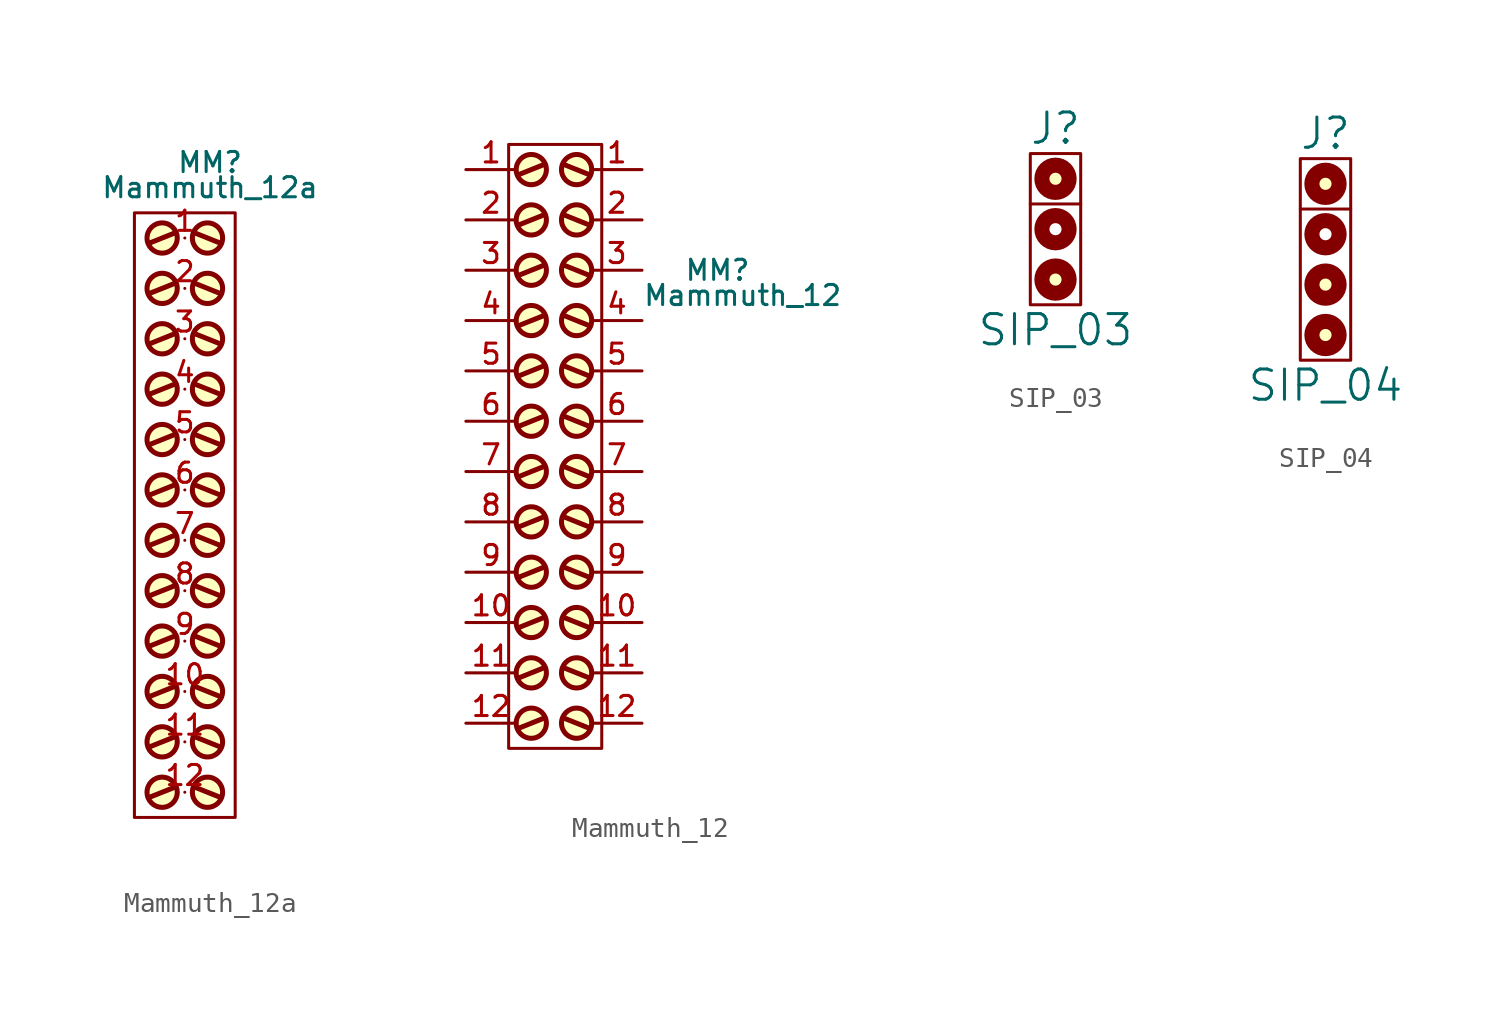
<source format=kicad_sym>
(kicad_symbol_lib
  (version 20211014)
  (generator kicad_symbol_editor)
  (symbol "Mammuth_12a"
    (pin_names
      (offset 0.762) hide)
    (property "Reference" "MM"
      (at 1.27 17.78 0)
      (effects (font (size 1.016 1.016))))
    (property "Value" "Mammuth_12a"
      (at 1.27 16.51 0)
      (effects (font (size 1.016 1.016))))
    (property "Footprint" ""
      (at 0.635 10.16 0)
      (effects (font (size 1.524 1.524))))
    (property "Datasheet" ""
      (at 0.635 10.16 0)
      (effects (font (size 1.524 1.524))))
    (symbol "Mammuth_12a_0_1"
      (circle (center -1.143 -13.97) (radius 0.762) (stroke (width 0.254) (type default) (color 0 0 0 0)) (fill (type background)))
      (circle (center -1.143 -11.43) (radius 0.762) (stroke (width 0.254) (type default) (color 0 0 0 0)) (fill (type background)))
      (circle (center -1.143 -8.89) (radius 0.762) (stroke (width 0.254) (type default) (color 0 0 0 0)) (fill (type background)))
      (circle (center -1.143 -6.35) (radius 0.762) (stroke (width 0.254) (type default) (color 0 0 0 0)) (fill (type background)))
      (circle (center -1.143 -3.81) (radius 0.762) (stroke (width 0.254) (type default) (color 0 0 0 0)) (fill (type background)))
      (circle (center -1.143 -1.27) (radius 0.762) (stroke (width 0.254) (type default) (color 0 0 0 0)) (fill (type background)))
      (circle (center -1.143 1.27) (radius 0.762) (stroke (width 0.254) (type default) (color 0 0 0 0)) (fill (type background)))
      (circle (center -1.143 3.81) (radius 0.762) (stroke (width 0.254) (type default) (color 0 0 0 0)) (fill (type background)))
      (circle (center -1.143 6.35) (radius 0.762) (stroke (width 0.254) (type default) (color 0 0 0 0)) (fill (type background)))
      (circle (center -1.143 8.89) (radius 0.762) (stroke (width 0.254) (type default) (color 0 0 0 0)) (fill (type background)))
      (circle (center -1.143 11.43) (radius 0.762) (stroke (width 0.254) (type default) (color 0 0 0 0)) (fill (type background)))
      (circle (center -1.143 13.97) (radius 0.762) (stroke (width 0.254) (type default) (color 0 0 0 0)) (fill (type background)))
      (polyline (pts (xy -0.508 -13.716) (xy -1.778 -14.224)) (stroke (width 0.254) (type default) (color 0 0 0 0)) (fill (type none)))
      (polyline (pts (xy -0.508 -11.176) (xy -1.778 -11.684)) (stroke (width 0.254) (type default) (color 0 0 0 0)) (fill (type none)))
      (polyline (pts (xy -0.508 -8.636) (xy -1.778 -9.144)) (stroke (width 0.254) (type default) (color 0 0 0 0)) (fill (type none)))
      (polyline (pts (xy -0.508 -6.096) (xy -1.778 -6.604)) (stroke (width 0.254) (type default) (color 0 0 0 0)) (fill (type none)))
      (polyline (pts (xy -0.508 -3.556) (xy -1.778 -4.064)) (stroke (width 0.254) (type default) (color 0 0 0 0)) (fill (type none)))
      (polyline (pts (xy -0.508 -1.016) (xy -1.778 -1.524)) (stroke (width 0.254) (type default) (color 0 0 0 0)) (fill (type none)))
      (polyline (pts (xy -0.508 1.524) (xy -1.778 1.016)) (stroke (width 0.254) (type default) (color 0 0 0 0)) (fill (type none)))
      (polyline (pts (xy -0.508 4.064) (xy -1.778 3.556)) (stroke (width 0.254) (type default) (color 0 0 0 0)) (fill (type none)))
      (polyline (pts (xy -0.508 6.604) (xy -1.778 6.096)) (stroke (width 0.254) (type default) (color 0 0 0 0)) (fill (type none)))
      (polyline (pts (xy -0.508 9.144) (xy -1.778 8.636)) (stroke (width 0.254) (type default) (color 0 0 0 0)) (fill (type none)))
      (polyline (pts (xy -0.508 11.684) (xy -1.778 11.176)) (stroke (width 0.254) (type default) (color 0 0 0 0)) (fill (type none)))
      (polyline (pts (xy -0.508 14.224) (xy -1.778 13.716)) (stroke (width 0.254) (type default) (color 0 0 0 0)) (fill (type none)))
      (polyline (pts (xy 0.508 -13.716) (xy 1.778 -14.224)) (stroke (width 0.254) (type default) (color 0 0 0 0)) (fill (type none)))
      (polyline (pts (xy 0.508 -11.176) (xy 1.778 -11.684)) (stroke (width 0.254) (type default) (color 0 0 0 0)) (fill (type none)))
      (polyline (pts (xy 0.508 -8.636) (xy 1.778 -9.144)) (stroke (width 0.254) (type default) (color 0 0 0 0)) (fill (type none)))
      (polyline (pts (xy 0.508 -6.096) (xy 1.778 -6.604)) (stroke (width 0.254) (type default) (color 0 0 0 0)) (fill (type none)))
      (polyline (pts (xy 0.508 -3.556) (xy 1.778 -4.064)) (stroke (width 0.254) (type default) (color 0 0 0 0)) (fill (type none)))
      (polyline (pts (xy 0.508 -1.016) (xy 1.778 -1.524)) (stroke (width 0.254) (type default) (color 0 0 0 0)) (fill (type none)))
      (polyline (pts (xy 0.508 1.524) (xy 1.778 1.016)) (stroke (width 0.254) (type default) (color 0 0 0 0)) (fill (type none)))
      (polyline (pts (xy 0.508 4.064) (xy 1.778 3.556)) (stroke (width 0.254) (type default) (color 0 0 0 0)) (fill (type none)))
      (polyline (pts (xy 0.508 6.604) (xy 1.778 6.096)) (stroke (width 0.254) (type default) (color 0 0 0 0)) (fill (type none)))
      (polyline (pts (xy 0.508 9.144) (xy 1.778 8.636)) (stroke (width 0.254) (type default) (color 0 0 0 0)) (fill (type none)))
      (polyline (pts (xy 0.508 11.684) (xy 1.778 11.176)) (stroke (width 0.254) (type default) (color 0 0 0 0)) (fill (type none)))
      (polyline (pts (xy 0.508 14.224) (xy 1.778 13.716)) (stroke (width 0.254) (type default) (color 0 0 0 0)) (fill (type none)))
      (polyline (pts (xy -2.54 15.24) (xy 2.54 15.24) (xy 2.54 -15.24) (xy -2.54 -15.24) (xy -2.54 15.24)) (stroke (width 0) (type default) (color 0 0 0 0)) (fill (type none)))
      (circle (center 1.143 -13.97) (radius 0.762) (stroke (width 0.254) (type default) (color 0 0 0 0)) (fill (type background)))
      (circle (center 1.143 -11.43) (radius 0.762) (stroke (width 0.254) (type default) (color 0 0 0 0)) (fill (type background)))
      (circle (center 1.143 -8.89) (radius 0.762) (stroke (width 0.254) (type default) (color 0 0 0 0)) (fill (type background)))
      (circle (center 1.143 -6.35) (radius 0.762) (stroke (width 0.254) (type default) (color 0 0 0 0)) (fill (type background)))
      (circle (center 1.143 -3.81) (radius 0.762) (stroke (width 0.254) (type default) (color 0 0 0 0)) (fill (type background)))
      (circle (center 1.143 -1.27) (radius 0.762) (stroke (width 0.254) (type default) (color 0 0 0 0)) (fill (type background)))
      (circle (center 1.143 1.27) (radius 0.762) (stroke (width 0.254) (type default) (color 0 0 0 0)) (fill (type background)))
      (circle (center 1.143 3.81) (radius 0.762) (stroke (width 0.254) (type default) (color 0 0 0 0)) (fill (type background)))
      (circle (center 1.143 6.35) (radius 0.762) (stroke (width 0.254) (type default) (color 0 0 0 0)) (fill (type background)))
      (circle (center 1.143 8.89) (radius 0.762) (stroke (width 0.254) (type default) (color 0 0 0 0)) (fill (type background)))
      (circle (center 1.143 11.43) (radius 0.762) (stroke (width 0.254) (type default) (color 0 0 0 0)) (fill (type background)))
      (circle (center 1.143 13.97) (radius 0.762) (stroke (width 0.254) (type default) (color 0 0 0 0)) (fill (type background))))
    (symbol "Mammuth_12a_1_1"
      (pin passive line (at 0 13.97 0) (length 0) (name "1" (effects (font (size 1.016 1.016)))) (number "1" (effects (font (size 1.016 1.016)))))
      (pin passive line (at 0 -8.89 0) (length 0) (name "10" (effects (font (size 1.016 1.016)))) (number "10" (effects (font (size 1.016 1.016)))))
      (pin passive line (at 0 -11.43 0) (length 0) (name "11" (effects (font (size 1.016 1.016)))) (number "11" (effects (font (size 1.016 1.016)))))
      (pin passive line (at 0 -13.97 0) (length 0) (name "12" (effects (font (size 1.016 1.016)))) (number "12" (effects (font (size 1.016 1.016)))))
      (pin passive line (at 0 11.43 0) (length 0) (name "2" (effects (font (size 1.016 1.016)))) (number "2" (effects (font (size 1.016 1.016)))))
      (pin passive line (at 0 8.89 0) (length 0) (name "3" (effects (font (size 1.016 1.016)))) (number "3" (effects (font (size 1.016 1.016)))))
      (pin passive line (at 0 6.35 0) (length 0) (name "4" (effects (font (size 1.016 1.016)))) (number "4" (effects (font (size 1.016 1.016)))))
      (pin passive line (at 0 3.81 0) (length 0) (name "5" (effects (font (size 1.016 1.016)))) (number "5" (effects (font (size 1.016 1.016)))))
      (pin passive line (at 0 1.27 0) (length 0) (name "6" (effects (font (size 1.016 1.016)))) (number "6" (effects (font (size 1.016 1.016)))))
      (pin passive line (at 0 -1.27 0) (length 0) (name "7" (effects (font (size 1.016 1.016)))) (number "7" (effects (font (size 1.016 1.016)))))
      (pin passive line (at 0 -3.81 0) (length 0) (name "8" (effects (font (size 1.016 1.016)))) (number "8" (effects (font (size 1.016 1.016)))))
      (pin passive line (at 0 -6.35 0) (length 0) (name "9" (effects (font (size 1.016 1.016)))) (number "9" (effects (font (size 1.016 1.016)))))))
  (symbol "Mammuth_12"
    (pin_names
      (offset 0.762) hide)
    (property "Reference" "MM"
      (at 8.89 6.35 0)
      (effects (font (size 1.016 1.016))))
    (property "Value" "Mammuth_12"
      (at 10.16 5.08 0)
      (effects (font (size 1.016 1.016))))
    (property "Footprint" ""
      (at 1.27 7.62 0)
      (effects (font (size 1.524 1.524))))
    (property "Datasheet" ""
      (at 1.27 7.62 0)
      (effects (font (size 1.524 1.524))))
    (symbol "Mammuth_12_0_1"
      (circle (center -0.508 -16.51) (radius 0.762) (stroke (width 0.254) (type default) (color 0 0 0 0)) (fill (type background)))
      (circle (center -0.508 -13.97) (radius 0.762) (stroke (width 0.254) (type default) (color 0 0 0 0)) (fill (type background)))
      (circle (center -0.508 -11.43) (radius 0.762) (stroke (width 0.254) (type default) (color 0 0 0 0)) (fill (type background)))
      (circle (center -0.508 -8.89) (radius 0.762) (stroke (width 0.254) (type default) (color 0 0 0 0)) (fill (type background)))
      (circle (center -0.508 -6.35) (radius 0.762) (stroke (width 0.254) (type default) (color 0 0 0 0)) (fill (type background)))
      (circle (center -0.508 -3.81) (radius 0.762) (stroke (width 0.254) (type default) (color 0 0 0 0)) (fill (type background)))
      (circle (center -0.508 -1.27) (radius 0.762) (stroke (width 0.254) (type default) (color 0 0 0 0)) (fill (type background)))
      (circle (center -0.508 1.27) (radius 0.762) (stroke (width 0.254) (type default) (color 0 0 0 0)) (fill (type background)))
      (circle (center -0.508 3.81) (radius 0.762) (stroke (width 0.254) (type default) (color 0 0 0 0)) (fill (type background)))
      (circle (center -0.508 6.35) (radius 0.762) (stroke (width 0.254) (type default) (color 0 0 0 0)) (fill (type background)))
      (circle (center -0.508 8.89) (radius 0.762) (stroke (width 0.254) (type default) (color 0 0 0 0)) (fill (type background)))
      (circle (center -0.508 11.43) (radius 0.762) (stroke (width 0.254) (type default) (color 0 0 0 0)) (fill (type background)))
      (polyline (pts (xy 0.127 -16.256) (xy -1.143 -16.764)) (stroke (width 0.254) (type default) (color 0 0 0 0)) (fill (type none)))
      (polyline (pts (xy 0.127 -13.716) (xy -1.143 -14.224)) (stroke (width 0.254) (type default) (color 0 0 0 0)) (fill (type none)))
      (polyline (pts (xy 0.127 -11.176) (xy -1.143 -11.684)) (stroke (width 0.254) (type default) (color 0 0 0 0)) (fill (type none)))
      (polyline (pts (xy 0.127 -8.636) (xy -1.143 -9.144)) (stroke (width 0.254) (type default) (color 0 0 0 0)) (fill (type none)))
      (polyline (pts (xy 0.127 -6.096) (xy -1.143 -6.604)) (stroke (width 0.254) (type default) (color 0 0 0 0)) (fill (type none)))
      (polyline (pts (xy 0.127 -3.556) (xy -1.143 -4.064)) (stroke (width 0.254) (type default) (color 0 0 0 0)) (fill (type none)))
      (polyline (pts (xy 0.127 -1.016) (xy -1.143 -1.524)) (stroke (width 0.254) (type default) (color 0 0 0 0)) (fill (type none)))
      (polyline (pts (xy 0.127 1.524) (xy -1.143 1.016)) (stroke (width 0.254) (type default) (color 0 0 0 0)) (fill (type none)))
      (polyline (pts (xy 0.127 4.064) (xy -1.143 3.556)) (stroke (width 0.254) (type default) (color 0 0 0 0)) (fill (type none)))
      (polyline (pts (xy 0.127 6.604) (xy -1.143 6.096)) (stroke (width 0.254) (type default) (color 0 0 0 0)) (fill (type none)))
      (polyline (pts (xy 0.127 9.144) (xy -1.143 8.636)) (stroke (width 0.254) (type default) (color 0 0 0 0)) (fill (type none)))
      (polyline (pts (xy 0.127 11.684) (xy -1.143 11.176)) (stroke (width 0.254) (type default) (color 0 0 0 0)) (fill (type none)))
      (polyline (pts (xy 1.143 -16.256) (xy 2.413 -16.764)) (stroke (width 0.254) (type default) (color 0 0 0 0)) (fill (type none)))
      (polyline (pts (xy 1.143 -13.716) (xy 2.413 -14.224)) (stroke (width 0.254) (type default) (color 0 0 0 0)) (fill (type none)))
      (polyline (pts (xy 1.143 -11.176) (xy 2.413 -11.684)) (stroke (width 0.254) (type default) (color 0 0 0 0)) (fill (type none)))
      (polyline (pts (xy 1.143 -8.636) (xy 2.413 -9.144)) (stroke (width 0.254) (type default) (color 0 0 0 0)) (fill (type none)))
      (polyline (pts (xy 1.143 -6.096) (xy 2.413 -6.604)) (stroke (width 0.254) (type default) (color 0 0 0 0)) (fill (type none)))
      (polyline (pts (xy 1.143 -3.556) (xy 2.413 -4.064)) (stroke (width 0.254) (type default) (color 0 0 0 0)) (fill (type none)))
      (polyline (pts (xy 1.143 -1.016) (xy 2.413 -1.524)) (stroke (width 0.254) (type default) (color 0 0 0 0)) (fill (type none)))
      (polyline (pts (xy 1.143 1.524) (xy 2.413 1.016)) (stroke (width 0.254) (type default) (color 0 0 0 0)) (fill (type none)))
      (polyline (pts (xy 1.143 4.064) (xy 2.413 3.556)) (stroke (width 0.254) (type default) (color 0 0 0 0)) (fill (type none)))
      (polyline (pts (xy 1.143 6.604) (xy 2.413 6.096)) (stroke (width 0.254) (type default) (color 0 0 0 0)) (fill (type none)))
      (polyline (pts (xy 1.143 9.144) (xy 2.413 8.636)) (stroke (width 0.254) (type default) (color 0 0 0 0)) (fill (type none)))
      (polyline (pts (xy 1.143 11.684) (xy 2.413 11.176)) (stroke (width 0.254) (type default) (color 0 0 0 0)) (fill (type none)))
      (polyline (pts (xy -1.651 12.7) (xy 3.048 12.7) (xy 3.048 -17.78) (xy -1.651 -17.78) (xy -1.651 12.7)) (stroke (width 0) (type default) (color 0 0 0 0)) (fill (type none)))
      (circle (center 1.778 -16.51) (radius 0.762) (stroke (width 0.254) (type default) (color 0 0 0 0)) (fill (type background)))
      (circle (center 1.778 -13.97) (radius 0.762) (stroke (width 0.254) (type default) (color 0 0 0 0)) (fill (type background)))
      (circle (center 1.778 -11.43) (radius 0.762) (stroke (width 0.254) (type default) (color 0 0 0 0)) (fill (type background)))
      (circle (center 1.778 -8.89) (radius 0.762) (stroke (width 0.254) (type default) (color 0 0 0 0)) (fill (type background)))
      (circle (center 1.778 -6.35) (radius 0.762) (stroke (width 0.254) (type default) (color 0 0 0 0)) (fill (type background)))
      (circle (center 1.778 -3.81) (radius 0.762) (stroke (width 0.254) (type default) (color 0 0 0 0)) (fill (type background)))
      (circle (center 1.778 -1.27) (radius 0.762) (stroke (width 0.254) (type default) (color 0 0 0 0)) (fill (type background)))
      (circle (center 1.778 1.27) (radius 0.762) (stroke (width 0.254) (type default) (color 0 0 0 0)) (fill (type background)))
      (circle (center 1.778 3.81) (radius 0.762) (stroke (width 0.254) (type default) (color 0 0 0 0)) (fill (type background)))
      (circle (center 1.778 6.35) (radius 0.762) (stroke (width 0.254) (type default) (color 0 0 0 0)) (fill (type background)))
      (circle (center 1.778 8.89) (radius 0.762) (stroke (width 0.254) (type default) (color 0 0 0 0)) (fill (type background)))
      (circle (center 1.778 11.43) (radius 0.762) (stroke (width 0.254) (type default) (color 0 0 0 0)) (fill (type background)))
      (pin passive line (at 5.08 11.43 180) (length 2.54) (name "1" (effects (font (size 1.016 1.016)))) (number "1" (effects (font (size 1.016 1.016)))))
      (pin passive line (at 5.08 -11.43 180) (length 2.54) (name "10" (effects (font (size 1.016 1.016)))) (number "10" (effects (font (size 1.016 1.016)))))
      (pin passive line (at 5.08 -13.97 180) (length 2.54) (name "11" (effects (font (size 1.016 1.016)))) (number "11" (effects (font (size 1.016 1.016)))))
      (pin passive line (at 5.08 -16.51 180) (length 2.54) (name "12" (effects (font (size 1.016 1.016)))) (number "12" (effects (font (size 1.016 1.016)))))
      (pin passive line (at 5.08 8.89 180) (length 2.54) (name "2" (effects (font (size 1.016 1.016)))) (number "2" (effects (font (size 1.016 1.016)))))
      (pin passive line (at 5.08 6.35 180) (length 2.54) (name "3" (effects (font (size 1.016 1.016)))) (number "3" (effects (font (size 1.016 1.016)))))
      (pin passive line (at 5.08 3.81 180) (length 2.54) (name "4" (effects (font (size 1.016 1.016)))) (number "4" (effects (font (size 1.016 1.016)))))
      (pin passive line (at 5.08 1.27 180) (length 2.54) (name "5" (effects (font (size 1.016 1.016)))) (number "5" (effects (font (size 1.016 1.016)))))
      (pin passive line (at 5.08 -1.27 180) (length 2.54) (name "6" (effects (font (size 1.016 1.016)))) (number "6" (effects (font (size 1.016 1.016)))))
      (pin passive line (at 5.08 -3.81 180) (length 2.54) (name "7" (effects (font (size 1.016 1.016)))) (number "7" (effects (font (size 1.016 1.016)))))
      (pin passive line (at 5.08 -6.35 180) (length 2.54) (name "8" (effects (font (size 1.016 1.016)))) (number "8" (effects (font (size 1.016 1.016)))))
      (pin passive line (at 5.08 -8.89 180) (length 2.54) (name "9" (effects (font (size 1.016 1.016)))) (number "9" (effects (font (size 1.016 1.016))))))
    (symbol "Mammuth_12_1_1"
      (pin passive line (at -3.81 11.43 0) (length 2.54) (name "1" (effects (font (size 1.016 1.016)))) (number "1" (effects (font (size 1.016 1.016)))))
      (pin passive line (at -3.81 -11.43 0) (length 2.54) (name "10" (effects (font (size 1.016 1.016)))) (number "10" (effects (font (size 1.016 1.016)))))
      (pin passive line (at -3.81 -13.97 0) (length 2.54) (name "11" (effects (font (size 1.016 1.016)))) (number "11" (effects (font (size 1.016 1.016)))))
      (pin passive line (at -3.81 -16.51 0) (length 2.54) (name "12" (effects (font (size 1.016 1.016)))) (number "12" (effects (font (size 1.016 1.016)))))
      (pin passive line (at -3.81 8.89 0) (length 2.54) (name "2" (effects (font (size 1.016 1.016)))) (number "2" (effects (font (size 1.016 1.016)))))
      (pin passive line (at -3.81 6.35 0) (length 2.54) (name "3" (effects (font (size 1.016 1.016)))) (number "3" (effects (font (size 1.016 1.016)))))
      (pin passive line (at -3.81 3.81 0) (length 2.54) (name "4" (effects (font (size 1.016 1.016)))) (number "4" (effects (font (size 1.016 1.016)))))
      (pin passive line (at -3.81 1.27 0) (length 2.54) (name "5" (effects (font (size 1.016 1.016)))) (number "5" (effects (font (size 1.016 1.016)))))
      (pin passive line (at -3.81 -1.27 0) (length 2.54) (name "6" (effects (font (size 1.016 1.016)))) (number "6" (effects (font (size 1.016 1.016)))))
      (pin passive line (at -3.81 -3.81 0) (length 2.54) (name "7" (effects (font (size 1.016 1.016)))) (number "7" (effects (font (size 1.016 1.016)))))
      (pin passive line (at -3.81 -6.35 0) (length 2.54) (name "8" (effects (font (size 1.016 1.016)))) (number "8" (effects (font (size 1.016 1.016)))))
      (pin passive line (at -3.81 -8.89 0) (length 2.54) (name "9" (effects (font (size 1.016 1.016)))) (number "9" (effects (font (size 1.016 1.016)))))))
  (symbol "SIP_03"
    (pin_names
      (offset 0.762) hide)
    (property "Reference" "J"
      (at 0 8.89 0)
      (effects (font (size 1.524 1.524))))
    (property "Value" "SIP_03"
      (at 0 -1.27 0)
      (effects (font (size 1.524 1.524))))
    (property "Footprint" ""
      (at 0 0 0)
      (effects (font (size 1.524 1.524))))
    (property "Datasheet" ""
      (at 0 0 0)
      (effects (font (size 1.524 1.524))))
    (symbol "SIP_03_0_1"
      (rectangle (start -1.27 7.62) (end 1.27 0) (stroke (width 0) (type default) (color 0 0 0 0)) (fill (type none)))
      (polyline (pts (xy -1.27 5.08) (xy 1.27 5.08)) (stroke (width 0) (type default) (color 0 0 0 0)) (fill (type none)))
      (circle (center 0 1.27) (radius 0.686) (stroke (width 0.762) (type default) (color 0 0 0 0)) (fill (type background)))
      (circle (center 0 3.81) (radius 0.686) (stroke (width 0.762) (type default) (color 0 0 0 0)) (fill (type none)))
      (circle (center 0 6.35) (radius 0.686) (stroke (width 0.762) (type default) (color 0 0 0 0)) (fill (type background))))
    (symbol "SIP_03_1_1"
      (pin passive line (at 0 6.35 180) (length 0) hide (name "1" (effects (font (size 1.524 1.524)))) (number "1" (effects (font (size 1.524 1.524)))))
      (pin passive line (at 0 3.81 180) (length 0) hide (name "2" (effects (font (size 1.524 1.524)))) (number "2" (effects (font (size 1.524 1.524)))))
      (pin passive line (at 0 1.27 180) (length 0) hide (name "3" (effects (font (size 1.524 1.524)))) (number "3" (effects (font (size 1.524 1.524)))))))
  (symbol "SIP_04"
    (pin_names
      (offset 0.762) hide)
    (property "Reference" "J"
      (at 0 8.89 0)
      (effects (font (size 1.524 1.524))))
    (property "Value" "SIP_04"
      (at 0 -3.81 0)
      (effects (font (size 1.524 1.524))))
    (property "Footprint" ""
      (at 0 0 0)
      (effects (font (size 1.524 1.524))))
    (property "Datasheet" ""
      (at 0 0 0)
      (effects (font (size 1.524 1.524))))
    (symbol "SIP_04_0_1"
      (rectangle (start -1.27 7.62) (end 1.27 -2.54) (stroke (width 0) (type default) (color 0 0 0 0)) (fill (type none)))
      (circle (center 0 -1.27) (radius 0.686) (stroke (width 0.762) (type default) (color 0 0 0 0)) (fill (type background)))
      (polyline (pts (xy -1.27 5.08) (xy 1.27 5.08)) (stroke (width 0) (type default) (color 0 0 0 0)) (fill (type none)))
      (circle (center 0 1.27) (radius 0.686) (stroke (width 0.762) (type default) (color 0 0 0 0)) (fill (type background)))
      (circle (center 0 3.81) (radius 0.686) (stroke (width 0.762) (type default) (color 0 0 0 0)) (fill (type none)))
      (circle (center 0 6.35) (radius 0.686) (stroke (width 0.762) (type default) (color 0 0 0 0)) (fill (type background))))
    (symbol "SIP_04_1_1"
      (pin passive line (at 0 6.35 180) (length 0) hide (name "1" (effects (font (size 1.524 1.524)))) (number "1" (effects (font (size 1.524 1.524)))))
      (pin passive line (at 0 3.81 180) (length 0) hide (name "2" (effects (font (size 1.524 1.524)))) (number "2" (effects (font (size 1.524 1.524)))))
      (pin passive line (at 0 1.27 180) (length 0) hide (name "3" (effects (font (size 1.524 1.524)))) (number "3" (effects (font (size 1.524 1.524)))))
      (pin passive line (at 0 -1.27 180) (length 0) hide (name "4" (effects (font (size 1.524 1.524)))) (number "4" (effects (font (size 1.524 1.524))))))))
</source>
